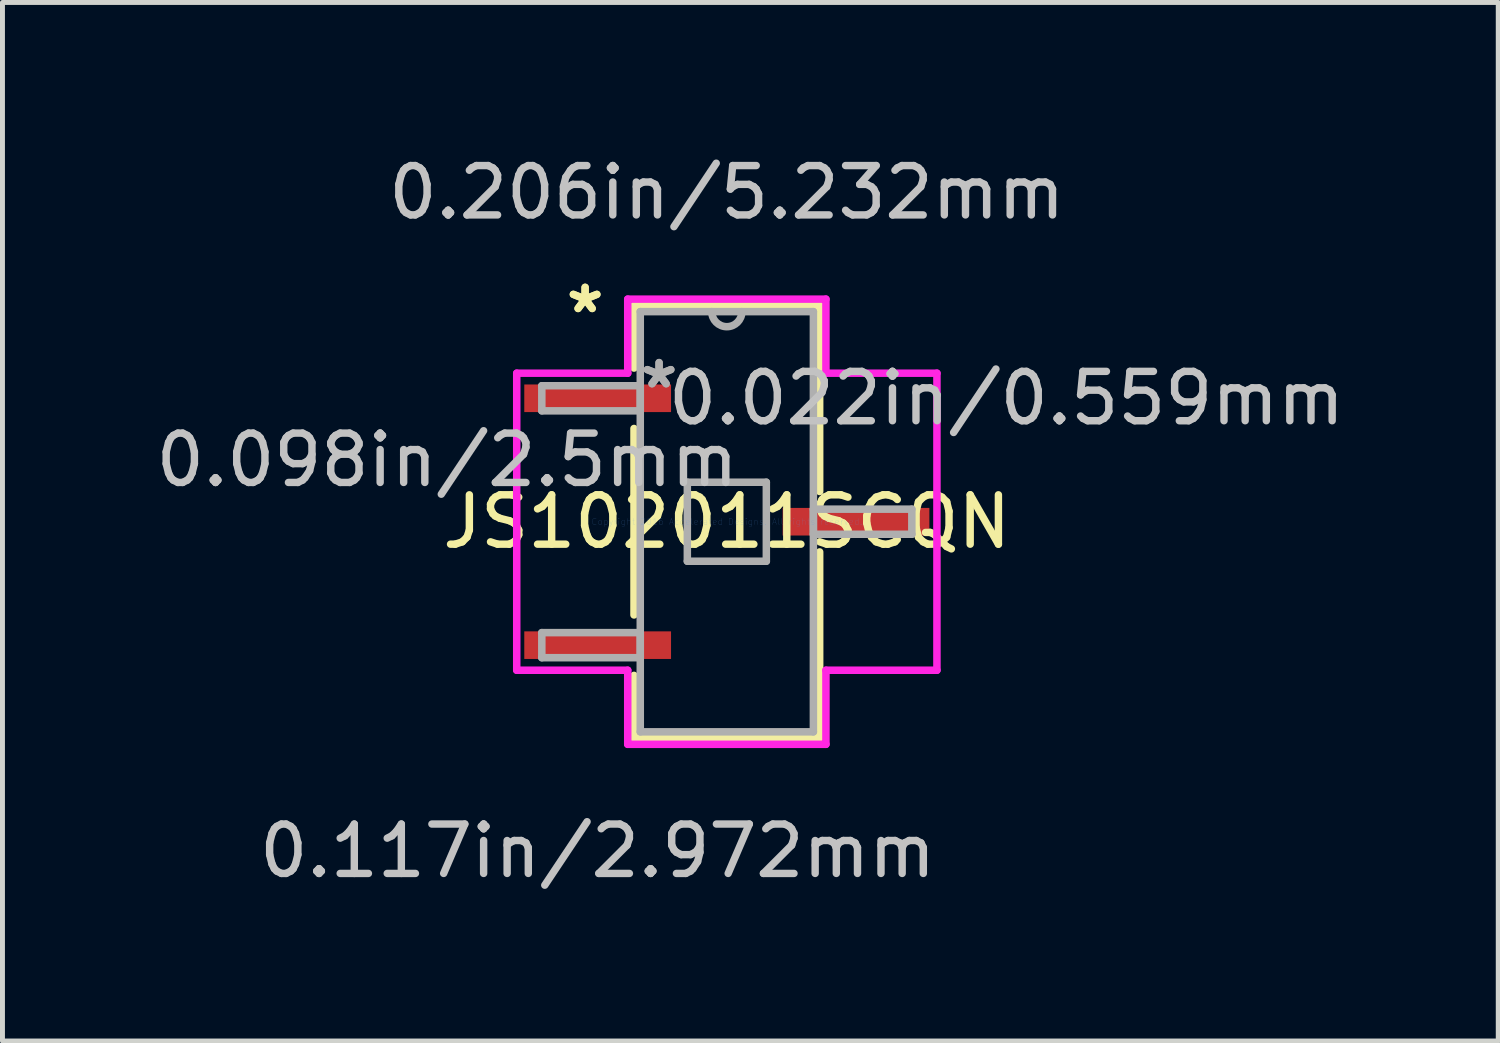
<source format=kicad_pcb>
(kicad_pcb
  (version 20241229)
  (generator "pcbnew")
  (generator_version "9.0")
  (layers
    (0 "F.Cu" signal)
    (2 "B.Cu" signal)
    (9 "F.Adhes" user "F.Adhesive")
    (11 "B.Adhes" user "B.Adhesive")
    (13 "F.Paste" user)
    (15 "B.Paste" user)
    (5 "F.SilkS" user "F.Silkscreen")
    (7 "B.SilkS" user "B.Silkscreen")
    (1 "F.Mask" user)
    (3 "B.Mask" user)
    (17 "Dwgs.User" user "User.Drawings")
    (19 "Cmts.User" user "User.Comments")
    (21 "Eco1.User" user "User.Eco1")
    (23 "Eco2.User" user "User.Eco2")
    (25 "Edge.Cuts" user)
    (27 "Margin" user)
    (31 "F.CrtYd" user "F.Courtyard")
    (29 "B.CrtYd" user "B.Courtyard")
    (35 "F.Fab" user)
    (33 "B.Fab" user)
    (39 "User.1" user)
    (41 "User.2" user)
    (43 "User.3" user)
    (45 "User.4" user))
  (footprint "JS102011SCQN"
    (layer "F.Cu")
    (at 11.67 7.516)
    (property "Reference" "JS102011SCQN" (at 0 0 0) (layer "F.SilkS") (effects (font (size 1 1) (thickness 0.15))))
    (attr through_hole)
    (fp_line (start -1.88 -4.381) (end -1.88 -3.112) (stroke (width 0.152) (type solid)) (layer "F.SilkS"))
    (fp_line (start -1.88 -1.888) (end -1.88 1.888) (stroke (width 0.152) (type solid)) (layer "F.SilkS"))
    (fp_line (start -1.88 3.112) (end -1.88 4.381) (stroke (width 0.152) (type solid)) (layer "F.SilkS"))
    (fp_line (start -1.88 4.381) (end 1.88 4.381) (stroke (width 0.152) (type solid)) (layer "F.SilkS"))
    (fp_line (start 1.88 -4.381) (end -1.88 -4.381) (stroke (width 0.152) (type solid)) (layer "F.SilkS"))
    (fp_line (start 1.88 -0.612) (end 1.88 -4.381) (stroke (width 0.152) (type solid)) (layer "F.SilkS"))
    (fp_line (start 1.88 4.381) (end 1.88 0.612) (stroke (width 0.152) (type solid)) (layer "F.SilkS"))
    (fp_line (start -4.255 -3.008) (end -2.007 -3.008) (stroke (width 0.152) (type solid)) (layer "F.CrtYd"))
    (fp_line (start -4.255 3.008) (end -4.255 -3.008) (stroke (width 0.152) (type solid)) (layer "F.CrtYd"))
    (fp_line (start -2.007 -4.508) (end 2.007 -4.508) (stroke (width 0.152) (type solid)) (layer "F.CrtYd"))
    (fp_line (start -2.007 -3.008) (end -2.007 -4.508) (stroke (width 0.152) (type solid)) (layer "F.CrtYd"))
    (fp_line (start -2.007 3.008) (end -4.255 3.008) (stroke (width 0.152) (type solid)) (layer "F.CrtYd"))
    (fp_line (start -2.007 4.508) (end -2.007 3.008) (stroke (width 0.152) (type solid)) (layer "F.CrtYd"))
    (fp_line (start 2.007 -4.508) (end 2.007 -3.008) (stroke (width 0.152) (type solid)) (layer "F.CrtYd"))
    (fp_line (start 2.007 -3.008) (end 4.255 -3.008) (stroke (width 0.152) (type solid)) (layer "F.CrtYd"))
    (fp_line (start 2.007 3.008) (end 2.007 4.508) (stroke (width 0.152) (type solid)) (layer "F.CrtYd"))
    (fp_line (start 2.007 4.508) (end -2.007 4.508) (stroke (width 0.152) (type solid)) (layer "F.CrtYd"))
    (fp_line (start 4.255 -3.008) (end 4.255 3.008) (stroke (width 0.152) (type solid)) (layer "F.CrtYd"))
    (fp_line (start 4.255 3.008) (end 2.007 3.008) (stroke (width 0.152) (type solid)) (layer "F.CrtYd"))
    (fp_line (start -3.747 -2.754) (end -3.747 -2.246) (stroke (width 0.152) (type solid)) (layer "F.Fab"))
    (fp_line (start -3.747 -2.246) (end -1.753 -2.246) (stroke (width 0.152) (type solid)) (layer "F.Fab"))
    (fp_line (start -3.747 2.246) (end -3.747 2.754) (stroke (width 0.152) (type solid)) (layer "F.Fab"))
    (fp_line (start -3.747 2.754) (end -1.753 2.754) (stroke (width 0.152) (type solid)) (layer "F.Fab"))
    (fp_line (start -1.753 -4.255) (end -1.753 4.255) (stroke (width 0.152) (type solid)) (layer "F.Fab"))
    (fp_line (start -1.753 -2.754) (end -3.747 -2.754) (stroke (width 0.152) (type solid)) (layer "F.Fab"))
    (fp_line (start -1.753 -2.246) (end -1.753 -2.754) (stroke (width 0.152) (type solid)) (layer "F.Fab"))
    (fp_line (start -1.753 2.246) (end -3.747 2.246) (stroke (width 0.152) (type solid)) (layer "F.Fab"))
    (fp_line (start -1.753 2.754) (end -1.753 2.246) (stroke (width 0.152) (type solid)) (layer "F.Fab"))
    (fp_line (start -1.753 4.255) (end 1.753 4.255) (stroke (width 0.152) (type solid)) (layer "F.Fab"))
    (fp_line (start -0.8 -0.8) (end 0.8 -0.8) (stroke (width 0.152) (type solid)) (layer "F.Fab"))
    (fp_line (start -0.8 0.8) (end -0.8 -0.8) (stroke (width 0.152) (type solid)) (layer "F.Fab"))
    (fp_line (start 0.8 -0.8) (end 0.8 0.8) (stroke (width 0.152) (type solid)) (layer "F.Fab"))
    (fp_line (start 0.8 0.8) (end -0.8 0.8) (stroke (width 0.152) (type solid)) (layer "F.Fab"))
    (fp_line (start 1.753 -4.255) (end -1.753 -4.255) (stroke (width 0.152) (type solid)) (layer "F.Fab"))
    (fp_line (start 1.753 -0.254) (end 1.753 0.254) (stroke (width 0.152) (type solid)) (layer "F.Fab"))
    (fp_line (start 1.753 0.254) (end 3.747 0.254) (stroke (width 0.152) (type solid)) (layer "F.Fab"))
    (fp_line (start 1.753 4.255) (end 1.753 -4.255) (stroke (width 0.152) (type solid)) (layer "F.Fab"))
    (fp_line (start 3.747 -0.254) (end 1.753 -0.254) (stroke (width 0.152) (type solid)) (layer "F.Fab"))
    (fp_line (start 3.747 0.254) (end 3.747 -0.254) (stroke (width 0.152) (type solid)) (layer "F.Fab"))
    (fp_arc (start 0.3048 -4.2545) (mid 0 -3.9497) (end -0.3048 -4.2545) (stroke (width 0.1524) (type solid)) (layer "F.Fab"))
    (fp_text user "*" (at -2.87 -4.202 0) (layer "F.SilkS") (effects (font (size 1 1) (thickness 0.15))))
    (fp_text user "*" (at -2.87 -4.202 0) (layer "F.SilkS") (effects (font (size 1 1) (thickness 0.15))))
    (fp_text user "0.022in/0.559mm" (at 5.664 -2.5 0) (layer "Dwgs.User") (effects (font (size 1 1) (thickness 0.15))))
    (fp_text user "0.117in/2.972mm" (at -2.616 6.668 0) (layer "Dwgs.User") (effects (font (size 1 1) (thickness 0.15))))
    (fp_text user "0.206in/5.232mm" (at 0 -6.668 0) (layer "Dwgs.User") (effects (font (size 1 1) (thickness 0.15))))
    (fp_text user "0.098in/2.5mm" (at -5.664 -1.25 0) (layer "Dwgs.User") (effects (font (size 1 1) (thickness 0.15))))
    (fp_text user "Copyright 2016 Accelerated Designs. All rights reserved." (at 0 0 0) (layer "Cmts.User") (effects (font (size 0.127 0.127) (thickness 0.002))))
    (fp_text user "*" (at -1.372 -2.678 0) (layer "F.Fab") (effects (font (size 1 1) (thickness 0.15))))
    (fp_text user "*" (at -1.372 -2.678 0) (layer "F.Fab") (effects (font (size 1 1) (thickness 0.15))))
    (pad "1" smd rect (at -2.616 -2.5) (size 2.972 0.559) (layers "F.Cu" "F.Mask" "F.Paste"))
    (pad "2" smd rect (at 2.616 0) (size 2.972 0.559) (layers "F.Cu" "F.Mask" "F.Paste"))
    (pad "3" smd rect (at -2.616 2.5) (size 2.972 0.559) (layers "F.Cu" "F.Mask" "F.Paste")))
  (gr_rect
    (start -3 -3)
    (end 27.293 18.032)
    (stroke (width 0.1) (type default))
    (fill no)
    (layer "Edge.Cuts")))
</source>
